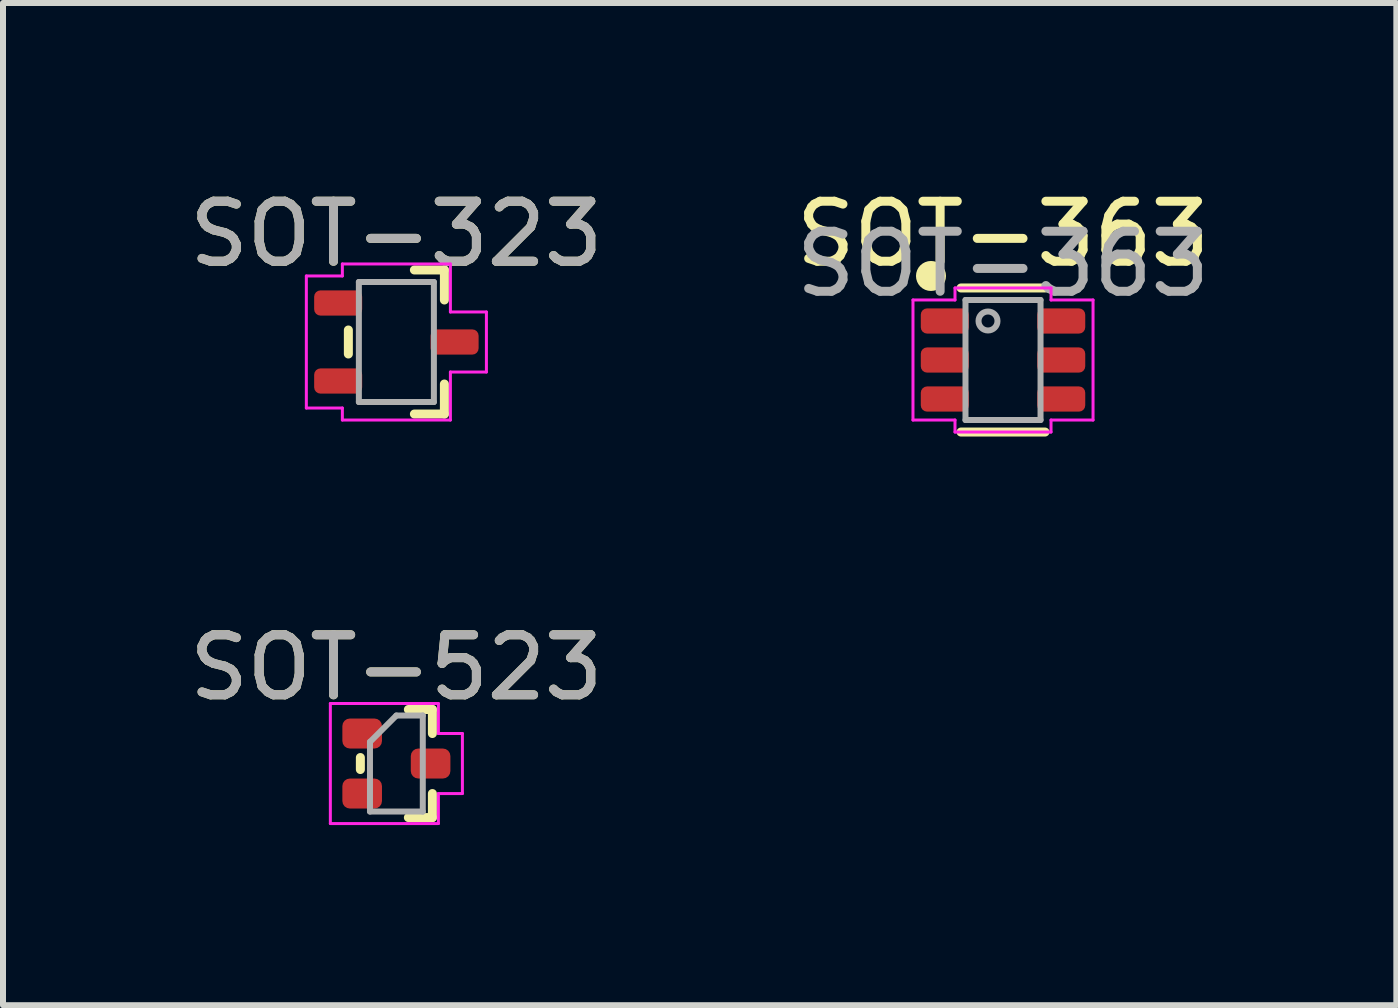
<source format=kicad_pcb>
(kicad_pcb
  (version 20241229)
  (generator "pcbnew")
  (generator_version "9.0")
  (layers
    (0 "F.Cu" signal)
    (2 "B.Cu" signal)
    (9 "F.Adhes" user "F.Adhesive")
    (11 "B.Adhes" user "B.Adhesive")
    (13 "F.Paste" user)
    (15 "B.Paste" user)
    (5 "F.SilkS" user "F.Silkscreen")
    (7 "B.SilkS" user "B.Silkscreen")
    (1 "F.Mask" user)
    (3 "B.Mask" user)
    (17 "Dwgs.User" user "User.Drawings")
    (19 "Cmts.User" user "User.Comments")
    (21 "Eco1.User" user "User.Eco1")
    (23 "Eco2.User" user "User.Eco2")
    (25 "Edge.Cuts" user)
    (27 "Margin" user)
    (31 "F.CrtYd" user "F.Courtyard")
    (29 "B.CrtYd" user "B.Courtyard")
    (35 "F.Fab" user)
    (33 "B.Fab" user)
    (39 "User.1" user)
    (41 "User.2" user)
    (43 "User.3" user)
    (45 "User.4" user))
  (footprint "SOT-323"
    (layer "F.Cu")
    (at 3.554 2.648)
    (property "Reference" "SOT-323" (at 0 -1.8 180) (layer "F.SilkS") (effects (font (size 1 1) (thickness 0.15))))
    (attr smd)
    (fp_line (start -0.8 0.2) (end -0.8 -0.2) (stroke (width 0.15) (type solid)) (layer "F.SilkS"))
    (fp_line (start 0.8 -1.2) (end 0.3 -1.2) (stroke (width 0.15) (type solid)) (layer "F.SilkS"))
    (fp_line (start 0.8 -0.7) (end 0.8 -1.2) (stroke (width 0.15) (type solid)) (layer "F.SilkS"))
    (fp_line (start 0.8 0.7) (end 0.8 1.2) (stroke (width 0.15) (type solid)) (layer "F.SilkS"))
    (fp_line (start 0.8 1.2) (end 0.3 1.2) (stroke (width 0.15) (type solid)) (layer "F.SilkS"))
    (fp_line (start -1.5 -1.1) (end -0.9 -1.1) (stroke (width 0.05) (type solid)) (layer "F.CrtYd"))
    (fp_line (start -1.5 1.1) (end -1.5 -1.1) (stroke (width 0.05) (type solid)) (layer "F.CrtYd"))
    (fp_line (start -0.9 -1.3) (end 0.9 -1.3) (stroke (width 0.05) (type solid)) (layer "F.CrtYd"))
    (fp_line (start -0.9 -1.1) (end -0.9 -1.3) (stroke (width 0.05) (type solid)) (layer "F.CrtYd"))
    (fp_line (start -0.9 1.1) (end -1.5 1.1) (stroke (width 0.05) (type solid)) (layer "F.CrtYd"))
    (fp_line (start -0.9 1.3) (end -0.9 1.1) (stroke (width 0.05) (type solid)) (layer "F.CrtYd"))
    (fp_line (start 0.9 -1.3) (end 0.9 -0.5) (stroke (width 0.05) (type solid)) (layer "F.CrtYd"))
    (fp_line (start 0.9 -0.5) (end 1.5 -0.5) (stroke (width 0.05) (type solid)) (layer "F.CrtYd"))
    (fp_line (start 0.9 0.5) (end 0.9 1.3) (stroke (width 0.05) (type solid)) (layer "F.CrtYd"))
    (fp_line (start 0.9 1.3) (end -0.9 1.3) (stroke (width 0.05) (type solid)) (layer "F.CrtYd"))
    (fp_line (start 1.5 -0.5) (end 1.5 0.5) (stroke (width 0.05) (type solid)) (layer "F.CrtYd"))
    (fp_line (start 1.5 0.5) (end 0.9 0.5) (stroke (width 0.05) (type solid)) (layer "F.CrtYd"))
    (fp_line (start -0.625 -1) (end -0.625 1) (stroke (width 0.1) (type solid)) (layer "F.Fab"))
    (fp_line (start -0.625 -1) (end 0.625 -1) (stroke (width 0.1) (type solid)) (layer "F.Fab"))
    (fp_line (start 0.625 -1) (end 0.625 1) (stroke (width 0.1) (type solid)) (layer "F.Fab"))
    (fp_line (start 0.625 1) (end -0.625 1) (stroke (width 0.1) (type solid)) (layer "F.Fab"))
    (fp_text user "${REFERENCE}" (at 0 -1.8 180) (layer "F.Fab") (effects (font (size 1 1) (thickness 0.15))))
    (pad "1" smd roundrect (at -0.97 -0.65 270) (size 0.42 0.8) (layers "F.Cu" "F.Mask" "F.Paste") (roundrect_rratio 0.25))
    (pad "2" smd roundrect (at -0.97 0.65 270) (size 0.42 0.8) (layers "F.Cu" "F.Mask" "F.Paste") (roundrect_rratio 0.25))
    (pad "3" smd roundrect (at 0.97 0 270) (size 0.42 0.8) (layers "F.Cu" "F.Mask" "F.Paste") (roundrect_rratio 0.25)))
  (footprint "SOT-363"
    (layer "F.Cu")
    (at 13.661 2.948)
    (property "Reference" "SOT-363" (at 0 -2.1 0) (layer "F.SilkS") (effects (font (size 1 1) (thickness 0.15))))
    (attr smd)
    (fp_line (start -0.7 -1.2) (end 0.7 -1.2) (stroke (width 0.15) (type solid)) (layer "F.SilkS"))
    (fp_line (start -0.7 1.2) (end 0.7 1.2) (stroke (width 0.15) (type solid)) (layer "F.SilkS"))
    (fp_circle (center -1.2 -1.4) (end -1.075 -1.4) (stroke (width 0.25) (type solid)) (fill no) (layer "F.SilkS"))
    (fp_line (start -1.5 -1) (end -0.8 -1) (stroke (width 0.05) (type solid)) (layer "F.CrtYd"))
    (fp_line (start -1.5 1) (end -1.5 -1) (stroke (width 0.05) (type solid)) (layer "F.CrtYd"))
    (fp_line (start -0.8 -1.2) (end 0.8 -1.2) (stroke (width 0.05) (type solid)) (layer "F.CrtYd"))
    (fp_line (start -0.8 -1) (end -0.8 -1.2) (stroke (width 0.05) (type solid)) (layer "F.CrtYd"))
    (fp_line (start -0.8 1) (end -1.5 1) (stroke (width 0.05) (type solid)) (layer "F.CrtYd"))
    (fp_line (start -0.8 1.2) (end -0.8 1) (stroke (width 0.05) (type solid)) (layer "F.CrtYd"))
    (fp_line (start 0.8 -1.2) (end 0.8 -1) (stroke (width 0.05) (type solid)) (layer "F.CrtYd"))
    (fp_line (start 0.8 -1) (end 1.5 -1) (stroke (width 0.05) (type solid)) (layer "F.CrtYd"))
    (fp_line (start 0.8 1) (end 0.8 1.2) (stroke (width 0.05) (type solid)) (layer "F.CrtYd"))
    (fp_line (start 0.8 1.2) (end -0.8 1.2) (stroke (width 0.05) (type solid)) (layer "F.CrtYd"))
    (fp_line (start 1.5 -1) (end 1.5 1) (stroke (width 0.05) (type solid)) (layer "F.CrtYd"))
    (fp_line (start 1.5 1) (end 0.8 1) (stroke (width 0.05) (type solid)) (layer "F.CrtYd"))
    (fp_line (start -0.625 -1) (end 0.625 -1) (stroke (width 0.1) (type solid)) (layer "F.Fab"))
    (fp_line (start -0.625 1) (end -0.625 -1) (stroke (width 0.1) (type solid)) (layer "F.Fab"))
    (fp_line (start -0.625 1) (end 0.625 1) (stroke (width 0.1) (type solid)) (layer "F.Fab"))
    (fp_line (start 0.625 -1) (end 0.625 1) (stroke (width 0.1) (type solid)) (layer "F.Fab"))
    (fp_circle (center -0.25 -0.65) (end -0.4 -0.7) (stroke (width 0.1) (type solid)) (fill no) (layer "F.Fab"))
    (fp_text user "${REFERENCE}" (at 0 -1.6 0) (layer "F.Fab") (effects (font (size 1 1) (thickness 0.15))))
    (pad "1" smd roundrect (at -0.97 -0.65 270) (size 0.42 0.8) (layers "F.Cu" "F.Mask" "F.Paste") (roundrect_rratio 0.25))
    (pad "2" smd roundrect (at -0.97 0 270) (size 0.42 0.8) (layers "F.Cu" "F.Mask" "F.Paste") (roundrect_rratio 0.25))
    (pad "3" smd roundrect (at -0.97 0.65 270) (size 0.42 0.8) (layers "F.Cu" "F.Mask" "F.Paste") (roundrect_rratio 0.25))
    (pad "4" smd roundrect (at 0.97 0.65 90) (size 0.42 0.8) (layers "F.Cu" "F.Mask" "F.Paste") (roundrect_rratio 0.25))
    (pad "5" smd roundrect (at 0.97 0 90) (size 0.42 0.8) (layers "F.Cu" "F.Mask" "F.Paste") (roundrect_rratio 0.25))
    (pad "6" smd roundrect (at 0.97 -0.65 90) (size 0.42 0.8) (layers "F.Cu" "F.Mask" "F.Paste") (roundrect_rratio 0.25)))
  (footprint "SOT-523"
    (layer "F.Cu")
    (at 3.554 9.671)
    (property "Reference" "SOT-523" (at 0 -1.6 0) (layer "F.SilkS") (effects (font (size 1 1) (thickness 0.15))))
    (attr smd)
    (fp_line (start -0.6 -0.1) (end -0.6 0.1) (stroke (width 0.15) (type solid)) (layer "F.SilkS"))
    (fp_line (start 0.2 0.9) (end 0.6 0.9) (stroke (width 0.15) (type solid)) (layer "F.SilkS"))
    (fp_line (start 0.6 -0.9) (end 0.2 -0.9) (stroke (width 0.15) (type solid)) (layer "F.SilkS"))
    (fp_line (start 0.6 -0.5) (end 0.6 -0.9) (stroke (width 0.15) (type solid)) (layer "F.SilkS"))
    (fp_line (start 0.6 0.9) (end 0.6 0.5) (stroke (width 0.15) (type solid)) (layer "F.SilkS"))
    (fp_line (start -1.1 -1) (end -1.1 1) (stroke (width 0.05) (type solid)) (layer "F.CrtYd"))
    (fp_line (start -1.1 1) (end 0.7 1) (stroke (width 0.05) (type solid)) (layer "F.CrtYd"))
    (fp_line (start 0.7 -1) (end -1.1 -1) (stroke (width 0.05) (type solid)) (layer "F.CrtYd"))
    (fp_line (start 0.7 -0.5) (end 0.7 -1) (stroke (width 0.05) (type solid)) (layer "F.CrtYd"))
    (fp_line (start 0.7 0.5) (end 1.1 0.5) (stroke (width 0.05) (type solid)) (layer "F.CrtYd"))
    (fp_line (start 0.7 1) (end 0.7 0.5) (stroke (width 0.05) (type solid)) (layer "F.CrtYd"))
    (fp_line (start 1.1 -0.5) (end 0.7 -0.5) (stroke (width 0.05) (type solid)) (layer "F.CrtYd"))
    (fp_line (start 1.1 0.5) (end 1.1 -0.5) (stroke (width 0.05) (type solid)) (layer "F.CrtYd"))
    (fp_line (start -0.44 -0.36) (end -0.44 0.8) (stroke (width 0.1) (type solid)) (layer "F.Fab"))
    (fp_line (start 0 -0.8) (end -0.44 -0.36) (stroke (width 0.1) (type solid)) (layer "F.Fab"))
    (fp_line (start 0.44 -0.8) (end 0 -0.8) (stroke (width 0.1) (type solid)) (layer "F.Fab"))
    (fp_line (start 0.44 0.8) (end -0.44 0.8) (stroke (width 0.1) (type solid)) (layer "F.Fab"))
    (fp_line (start 0.44 0.8) (end 0.44 -0.8) (stroke (width 0.1) (type solid)) (layer "F.Fab"))
    (fp_text user "${REFERENCE}" (at 0 -1.6 0) (layer "F.Fab") (effects (font (size 1 1) (thickness 0.15))))
    (pad "1" smd roundrect (at -0.57 -0.5 180) (size 0.66 0.5) (layers "F.Cu" "F.Mask" "F.Paste") (roundrect_rratio 0.25))
    (pad "2" smd roundrect (at -0.57 0.5 180) (size 0.66 0.5) (layers "F.Cu" "F.Mask" "F.Paste") (roundrect_rratio 0.25))
    (pad "3" smd roundrect (at 0.57 0 180) (size 0.66 0.5) (layers "F.Cu" "F.Mask" "F.Paste") (roundrect_rratio 0.25)))
  (gr_rect
    (start -3 -3)
    (end 20.214 13.697)
    (stroke (width 0.1) (type default))
    (fill no)
    (layer "Edge.Cuts")))
</source>
